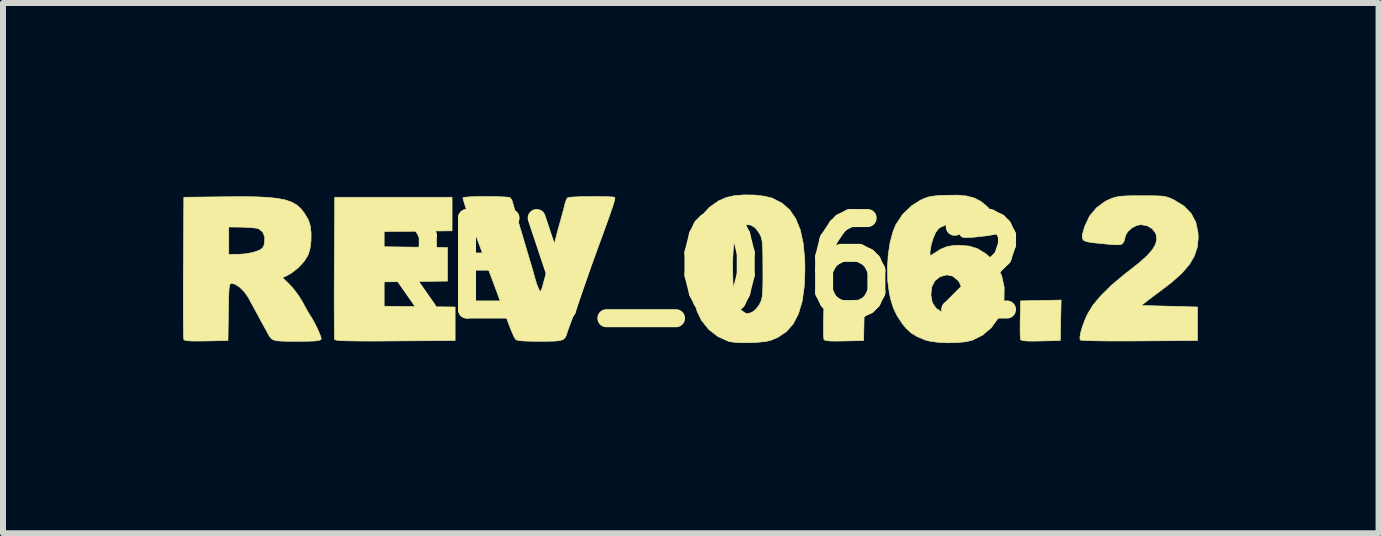
<source format=kicad_pcb>
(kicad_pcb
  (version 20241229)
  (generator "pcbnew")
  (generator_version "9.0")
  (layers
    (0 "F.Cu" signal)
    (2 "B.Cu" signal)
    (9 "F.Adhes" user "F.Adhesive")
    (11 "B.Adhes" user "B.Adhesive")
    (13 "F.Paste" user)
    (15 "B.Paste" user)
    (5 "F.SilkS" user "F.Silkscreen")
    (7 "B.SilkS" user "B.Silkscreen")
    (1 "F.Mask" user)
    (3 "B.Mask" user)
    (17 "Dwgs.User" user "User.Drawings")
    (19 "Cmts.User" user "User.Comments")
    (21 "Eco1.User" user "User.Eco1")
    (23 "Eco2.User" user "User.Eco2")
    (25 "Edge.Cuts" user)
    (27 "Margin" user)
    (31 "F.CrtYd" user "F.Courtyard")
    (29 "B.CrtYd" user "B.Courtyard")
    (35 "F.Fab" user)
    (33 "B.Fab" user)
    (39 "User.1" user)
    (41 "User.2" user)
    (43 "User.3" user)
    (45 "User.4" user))
  (footprint "REV_0.6.2"
    (layer "F.Cu")
    (at 8.433 1.418)
    (property "Reference" "REV_0.6.2" (at 0 0 0) (layer "F.SilkS") (effects (font (size 1.524 1.524) (thickness 0.3))))
    (attr through_hole)
    (fp_poly (pts (xy 2.915 0.869) (xy 2.908 1.206) (xy 2.584 1.214) (xy 2.443 1.216) (xy 2.346 1.214) (xy 2.285 1.207) (xy 2.254 1.196) (xy 2.247 1.187) (xy 2.242 1.149) (xy 2.239 1.072) (xy 2.239 0.967) (xy 2.241 0.849) (xy 2.248 0.546) (xy 2.585 0.539) (xy 2.922 0.532) (xy 2.915 0.869)) (stroke (width 0.01) (type solid)) (fill yes) (layer "F.SilkS"))
    (fp_poly (pts (xy 6.192 0.869) (xy 6.185 1.206) (xy 5.861 1.214) (xy 5.72 1.216) (xy 5.622 1.214) (xy 5.562 1.207) (xy 5.53 1.196) (xy 5.523 1.187) (xy 5.519 1.149) (xy 5.516 1.072) (xy 5.516 0.967) (xy 5.517 0.849) (xy 5.524 0.546) (xy 5.862 0.539) (xy 6.199 0.532) (xy 6.192 0.869)) (stroke (width 0.01) (type solid)) (fill yes) (layer "F.SilkS"))
    (fp_poly (pts (xy -3.95 -0.622) (xy -4.553 -0.615) (xy -5.156 -0.609) (xy -5.156 -0.357) (xy -4.026 -0.343) (xy -4.026 0.216) (xy -4.591 0.223) (xy -5.156 0.23) (xy -5.156 0.634) (xy -3.899 0.648) (xy -3.899 1.206) (xy -4.897 1.213) (xy -5.159 1.215) (xy -5.374 1.215) (xy -5.547 1.214) (xy -5.681 1.212) (xy -5.78 1.209) (xy -5.847 1.204) (xy -5.888 1.198) (xy -5.905 1.19) (xy -5.906 1.188) (xy -5.909 1.156) (xy -5.911 1.08) (xy -5.912 0.962) (xy -5.913 0.81) (xy -5.914 0.627) (xy -5.914 0.42) (xy -5.913 0.193) (xy -5.912 -0.013) (xy -5.905 -1.181) (xy -3.95 -1.181) (xy -3.95 -0.622)) (stroke (width 0.01) (type solid)) (fill yes) (layer "F.SilkS"))
    (fp_poly (pts (xy 1.086 -1.218) (xy 1.247 -1.2) (xy 1.381 -1.168) (xy 1.387 -1.165) (xy 1.546 -1.084) (xy 1.676 -0.971) (xy 1.777 -0.822) (xy 1.853 -0.636) (xy 1.902 -0.41) (xy 1.927 -0.142) (xy 1.93 0.024) (xy 1.918 0.312) (xy 1.883 0.556) (xy 1.822 0.761) (xy 1.736 0.927) (xy 1.622 1.057) (xy 1.48 1.153) (xy 1.361 1.203) (xy 1.275 1.222) (xy 1.157 1.235) (xy 1.021 1.242) (xy 0.885 1.243) (xy 0.764 1.237) (xy 0.674 1.224) (xy 0.66 1.221) (xy 0.48 1.14) (xy 0.325 1.019) (xy 0.203 0.865) (xy 0.13 0.711) (xy 0.076 0.511) (xy 0.043 0.279) (xy 0.03 0.032) (xy 0.031 0) (xy 0.726 0) (xy 0.73 0.219) (xy 0.746 0.394) (xy 0.772 0.528) (xy 0.812 0.628) (xy 0.865 0.697) (xy 0.88 0.71) (xy 0.936 0.749) (xy 0.979 0.759) (xy 1.033 0.741) (xy 1.055 0.732) (xy 1.108 0.69) (xy 1.161 0.624) (xy 1.176 0.598) (xy 1.195 0.559) (xy 1.21 0.517) (xy 1.219 0.466) (xy 1.225 0.395) (xy 1.229 0.299) (xy 1.23 0.167) (xy 1.23 0.013) (xy 1.229 -0.158) (xy 1.227 -0.286) (xy 1.223 -0.38) (xy 1.216 -0.449) (xy 1.206 -0.499) (xy 1.191 -0.541) (xy 1.175 -0.574) (xy 1.105 -0.67) (xy 1.026 -0.719) (xy 0.945 -0.723) (xy 0.869 -0.681) (xy 0.804 -0.596) (xy 0.769 -0.508) (xy 0.749 -0.422) (xy 0.736 -0.312) (xy 0.728 -0.169) (xy 0.726 0) (xy 0.031 0) (xy 0.037 -0.217) (xy 0.064 -0.453) (xy 0.112 -0.661) (xy 0.128 -0.711) (xy 0.211 -0.872) (xy 0.335 -1.011) (xy 0.49 -1.12) (xy 0.62 -1.177) (xy 0.753 -1.207) (xy 0.915 -1.22) (xy 1.086 -1.218)) (stroke (width 0.01) (type solid)) (fill yes) (layer "F.SilkS"))
    (fp_poly (pts (xy 7.695 -1.206) (xy 7.806 -1.204) (xy 7.886 -1.199) (xy 7.947 -1.189) (xy 7.998 -1.173) (xy 8.05 -1.151) (xy 8.078 -1.137) (xy 8.245 -1.035) (xy 8.366 -0.911) (xy 8.444 -0.763) (xy 8.48 -0.588) (xy 8.484 -0.508) (xy 8.469 -0.352) (xy 8.421 -0.206) (xy 8.338 -0.063) (xy 8.216 0.08) (xy 8.05 0.229) (xy 7.912 0.336) (xy 7.814 0.409) (xy 7.72 0.479) (xy 7.646 0.535) (xy 7.622 0.554) (xy 7.535 0.622) (xy 8.471 0.648) (xy 8.471 1.206) (xy 7.501 1.213) (xy 7.243 1.214) (xy 7.02 1.214) (xy 6.833 1.212) (xy 6.687 1.209) (xy 6.584 1.205) (xy 6.527 1.199) (xy 6.516 1.195) (xy 6.512 1.15) (xy 6.526 1.071) (xy 6.556 0.969) (xy 6.598 0.857) (xy 6.639 0.765) (xy 6.729 0.618) (xy 6.864 0.457) (xy 7.039 0.284) (xy 7.253 0.105) (xy 7.328 0.047) (xy 7.499 -0.088) (xy 7.629 -0.204) (xy 7.719 -0.305) (xy 7.772 -0.395) (xy 7.793 -0.478) (xy 7.782 -0.558) (xy 7.773 -0.583) (xy 7.717 -0.658) (xy 7.63 -0.707) (xy 7.529 -0.724) (xy 7.458 -0.712) (xy 7.376 -0.669) (xy 7.308 -0.607) (xy 7.269 -0.538) (xy 7.264 -0.509) (xy 7.25 -0.454) (xy 7.232 -0.422) (xy 7.215 -0.404) (xy 7.19 -0.393) (xy 7.148 -0.389) (xy 7.079 -0.391) (xy 6.976 -0.399) (xy 6.876 -0.409) (xy 6.734 -0.423) (xy 6.637 -0.438) (xy 6.578 -0.46) (xy 6.552 -0.495) (xy 6.552 -0.55) (xy 6.573 -0.63) (xy 6.597 -0.706) (xy 6.673 -0.867) (xy 6.789 -1.006) (xy 6.935 -1.113) (xy 7.004 -1.146) (xy 7.065 -1.17) (xy 7.123 -1.186) (xy 7.19 -1.197) (xy 7.275 -1.203) (xy 7.389 -1.206) (xy 7.543 -1.206) (xy 7.544 -1.206) (xy 7.695 -1.206)) (stroke (width 0.01) (type solid)) (fill yes) (layer "F.SilkS"))
    (fp_poly (pts (xy -7.216 -1.188) (xy -7.02 -1.179) (xy -6.86 -1.162) (xy -6.73 -1.137) (xy -6.625 -1.101) (xy -6.54 -1.053) (xy -6.471 -0.992) (xy -6.411 -0.916) (xy -6.356 -0.823) (xy -6.341 -0.795) (xy -6.312 -0.702) (xy -6.299 -0.58) (xy -6.301 -0.446) (xy -6.318 -0.318) (xy -6.349 -0.219) (xy -6.416 -0.112) (xy -6.515 -0.006) (xy -6.628 0.083) (xy -6.691 0.119) (xy -6.776 0.159) (xy -6.655 0.276) (xy -6.58 0.361) (xy -6.501 0.468) (xy -6.438 0.572) (xy -6.391 0.659) (xy -6.351 0.729) (xy -6.327 0.771) (xy -6.324 0.775) (xy -6.282 0.84) (xy -6.236 0.923) (xy -6.192 1.013) (xy -6.156 1.095) (xy -6.134 1.156) (xy -6.131 1.183) (xy -6.146 1.197) (xy -6.181 1.207) (xy -6.243 1.214) (xy -6.34 1.218) (xy -6.479 1.219) (xy -6.536 1.219) (xy -6.689 1.219) (xy -6.8 1.216) (xy -6.878 1.209) (xy -6.93 1.194) (xy -6.966 1.17) (xy -6.994 1.134) (xy -7.023 1.083) (xy -7.025 1.079) (xy -7.113 0.918) (xy -7.196 0.764) (xy -7.27 0.629) (xy -7.328 0.522) (xy -7.342 0.495) (xy -7.409 0.397) (xy -7.489 0.317) (xy -7.569 0.267) (xy -7.623 0.254) (xy -7.64 0.257) (xy -7.652 0.271) (xy -7.66 0.303) (xy -7.667 0.36) (xy -7.671 0.447) (xy -7.674 0.572) (xy -7.677 0.73) (xy -7.684 1.206) (xy -8.046 1.214) (xy -8.198 1.215) (xy -8.305 1.214) (xy -8.374 1.208) (xy -8.411 1.198) (xy -8.421 1.188) (xy -8.423 1.157) (xy -8.425 1.08) (xy -8.427 0.963) (xy -8.428 0.81) (xy -8.428 0.627) (xy -8.428 0.42) (xy -8.428 0.193) (xy -8.427 -0.013) (xy -8.425 -0.229) (xy -7.671 -0.229) (xy -7.512 -0.23) (xy -7.4 -0.238) (xy -7.286 -0.258) (xy -7.226 -0.274) (xy -7.149 -0.305) (xy -7.106 -0.337) (xy -7.083 -0.384) (xy -7.077 -0.408) (xy -7.07 -0.511) (xy -7.101 -0.596) (xy -7.165 -0.651) (xy -7.201 -0.664) (xy -7.264 -0.672) (xy -7.358 -0.679) (xy -7.464 -0.683) (xy -7.474 -0.683) (xy -7.671 -0.686) (xy -7.671 -0.229) (xy -8.425 -0.229) (xy -8.42 -1.181) (xy -7.734 -1.189) (xy -7.452 -1.191) (xy -7.216 -1.188)) (stroke (width 0.01) (type solid)) (fill yes) (layer "F.SilkS"))
    (fp_poly (pts (xy 4.626 -1.202) (xy 4.749 -1.169) (xy 4.855 -1.116) (xy 4.954 -1.037) (xy 4.989 -1.003) (xy 5.065 -0.914) (xy 5.13 -0.817) (xy 5.177 -0.723) (xy 5.201 -0.645) (xy 5.199 -0.601) (xy 5.167 -0.581) (xy 5.088 -0.56) (xy 4.968 -0.541) (xy 4.944 -0.538) (xy 4.791 -0.52) (xy 4.68 -0.51) (xy 4.604 -0.509) (xy 4.554 -0.517) (xy 4.525 -0.537) (xy 4.506 -0.567) (xy 4.5 -0.582) (xy 4.448 -0.671) (xy 4.373 -0.718) (xy 4.283 -0.722) (xy 4.187 -0.68) (xy 4.152 -0.654) (xy 4.109 -0.595) (xy 4.068 -0.503) (xy 4.035 -0.394) (xy 4.016 -0.287) (xy 4.014 -0.245) (xy 4.017 -0.213) (xy 4.037 -0.216) (xy 4.07 -0.238) (xy 4.189 -0.314) (xy 4.297 -0.359) (xy 4.414 -0.378) (xy 4.501 -0.38) (xy 4.67 -0.367) (xy 4.81 -0.322) (xy 4.941 -0.241) (xy 5 -0.191) (xy 5.124 -0.046) (xy 5.208 0.126) (xy 5.25 0.316) (xy 5.248 0.519) (xy 5.221 0.657) (xy 5.148 0.836) (xy 5.036 0.992) (xy 4.891 1.116) (xy 4.721 1.2) (xy 4.714 1.203) (xy 4.606 1.227) (xy 4.467 1.24) (xy 4.313 1.244) (xy 4.161 1.237) (xy 4.028 1.221) (xy 3.937 1.198) (xy 3.803 1.142) (xy 3.703 1.082) (xy 3.621 1.008) (xy 3.559 0.933) (xy 3.469 0.799) (xy 3.405 0.667) (xy 3.358 0.514) (xy 3.344 0.449) (xy 4.029 0.449) (xy 4.052 0.573) (xy 4.115 0.669) (xy 4.199 0.725) (xy 4.267 0.752) (xy 4.314 0.758) (xy 4.365 0.741) (xy 4.407 0.722) (xy 4.489 0.657) (xy 4.541 0.563) (xy 4.561 0.452) (xy 4.548 0.337) (xy 4.5 0.231) (xy 4.48 0.204) (xy 4.394 0.134) (xy 4.296 0.112) (xy 4.187 0.141) (xy 4.183 0.142) (xy 4.095 0.211) (xy 4.043 0.314) (xy 4.029 0.449) (xy 3.344 0.449) (xy 3.337 0.419) (xy 3.31 0.216) (xy 3.305 -0.002) (xy 3.318 -0.223) (xy 3.35 -0.432) (xy 3.4 -0.615) (xy 3.442 -0.718) (xy 3.557 -0.894) (xy 3.71 -1.04) (xy 3.857 -1.133) (xy 3.928 -1.165) (xy 3.995 -1.187) (xy 4.072 -1.201) (xy 4.173 -1.21) (xy 4.285 -1.214) (xy 4.475 -1.216) (xy 4.626 -1.202)) (stroke (width 0.01) (type solid)) (fill yes) (layer "F.SilkS"))
    (fp_poly (pts (xy -1.454 -1.192) (xy -1.352 -1.19) (xy -1.277 -1.186) (xy -1.24 -1.18) (xy -1.238 -1.179) (xy -1.237 -1.157) (xy -1.25 -1.104) (xy -1.277 -1.017) (xy -1.32 -0.891) (xy -1.379 -0.725) (xy -1.449 -0.533) (xy -1.497 -0.402) (xy -1.55 -0.257) (xy -1.597 -0.127) (xy -1.602 -0.114) (xy -1.648 0.014) (xy -1.7 0.16) (xy -1.748 0.293) (xy -1.751 0.3) (xy -1.791 0.411) (xy -1.83 0.519) (xy -1.86 0.602) (xy -1.865 0.618) (xy -1.896 0.704) (xy -1.935 0.808) (xy -1.956 0.864) (xy -1.99 0.954) (xy -2.02 1.037) (xy -2.033 1.076) (xy -2.051 1.129) (xy -2.073 1.167) (xy -2.106 1.193) (xy -2.159 1.208) (xy -2.24 1.216) (xy -2.357 1.219) (xy -2.489 1.219) (xy -2.644 1.218) (xy -2.754 1.214) (xy -2.829 1.208) (xy -2.873 1.197) (xy -2.894 1.183) (xy -2.921 1.136) (xy -2.958 1.052) (xy -3.002 0.941) (xy -3.048 0.814) (xy -3.048 0.813) (xy -3.069 0.754) (xy -3.101 0.67) (xy -3.124 0.61) (xy -3.158 0.521) (xy -3.187 0.443) (xy -3.2 0.406) (xy -3.222 0.347) (xy -3.253 0.263) (xy -3.276 0.203) (xy -3.313 0.105) (xy -3.35 0.007) (xy -3.366 -0.038) (xy -3.386 -0.092) (xy -3.42 -0.185) (xy -3.465 -0.308) (xy -3.519 -0.452) (xy -3.577 -0.608) (xy -3.591 -0.647) (xy -3.647 -0.798) (xy -3.695 -0.933) (xy -3.733 -1.044) (xy -3.758 -1.125) (xy -3.769 -1.169) (xy -3.768 -1.174) (xy -3.74 -1.181) (xy -3.671 -1.187) (xy -3.574 -1.191) (xy -3.458 -1.193) (xy -3.335 -1.193) (xy -3.215 -1.191) (xy -3.11 -1.188) (xy -3.03 -1.183) (xy -2.986 -1.176) (xy -2.982 -1.174) (xy -2.955 -1.137) (xy -2.939 -1.092) (xy -2.923 -1.032) (xy -2.899 -0.947) (xy -2.881 -0.889) (xy -2.837 -0.743) (xy -2.804 -0.632) (xy -2.778 -0.546) (xy -2.756 -0.471) (xy -2.733 -0.395) (xy -2.718 -0.343) (xy -2.685 -0.231) (xy -2.651 -0.118) (xy -2.627 -0.038) (xy -2.599 0.059) (xy -2.572 0.155) (xy -2.564 0.187) (xy -2.538 0.27) (xy -2.509 0.342) (xy -2.505 0.349) (xy -2.487 0.381) (xy -2.473 0.385) (xy -2.458 0.355) (xy -2.437 0.285) (xy -2.428 0.251) (xy -2.4 0.148) (xy -2.377 0.061) (xy -2.353 -0.026) (xy -2.324 -0.13) (xy -2.286 -0.266) (xy -2.286 -0.267) (xy -2.257 -0.372) (xy -2.23 -0.468) (xy -2.212 -0.537) (xy -2.21 -0.546) (xy -2.194 -0.607) (xy -2.169 -0.699) (xy -2.139 -0.804) (xy -2.133 -0.826) (xy -2.105 -0.929) (xy -2.081 -1.02) (xy -2.065 -1.083) (xy -2.063 -1.092) (xy -2.043 -1.148) (xy -2.022 -1.174) (xy -1.988 -1.181) (xy -1.915 -1.186) (xy -1.814 -1.19) (xy -1.696 -1.192) (xy -1.573 -1.193) (xy -1.454 -1.192)) (stroke (width 0.01) (type solid)) (fill yes) (layer "F.SilkS")))
  (gr_rect
    (start -3 -3)
    (end 19.922 5.836)
    (stroke (width 0.1) (type default))
    (fill no)
    (layer "Edge.Cuts")))
</source>
